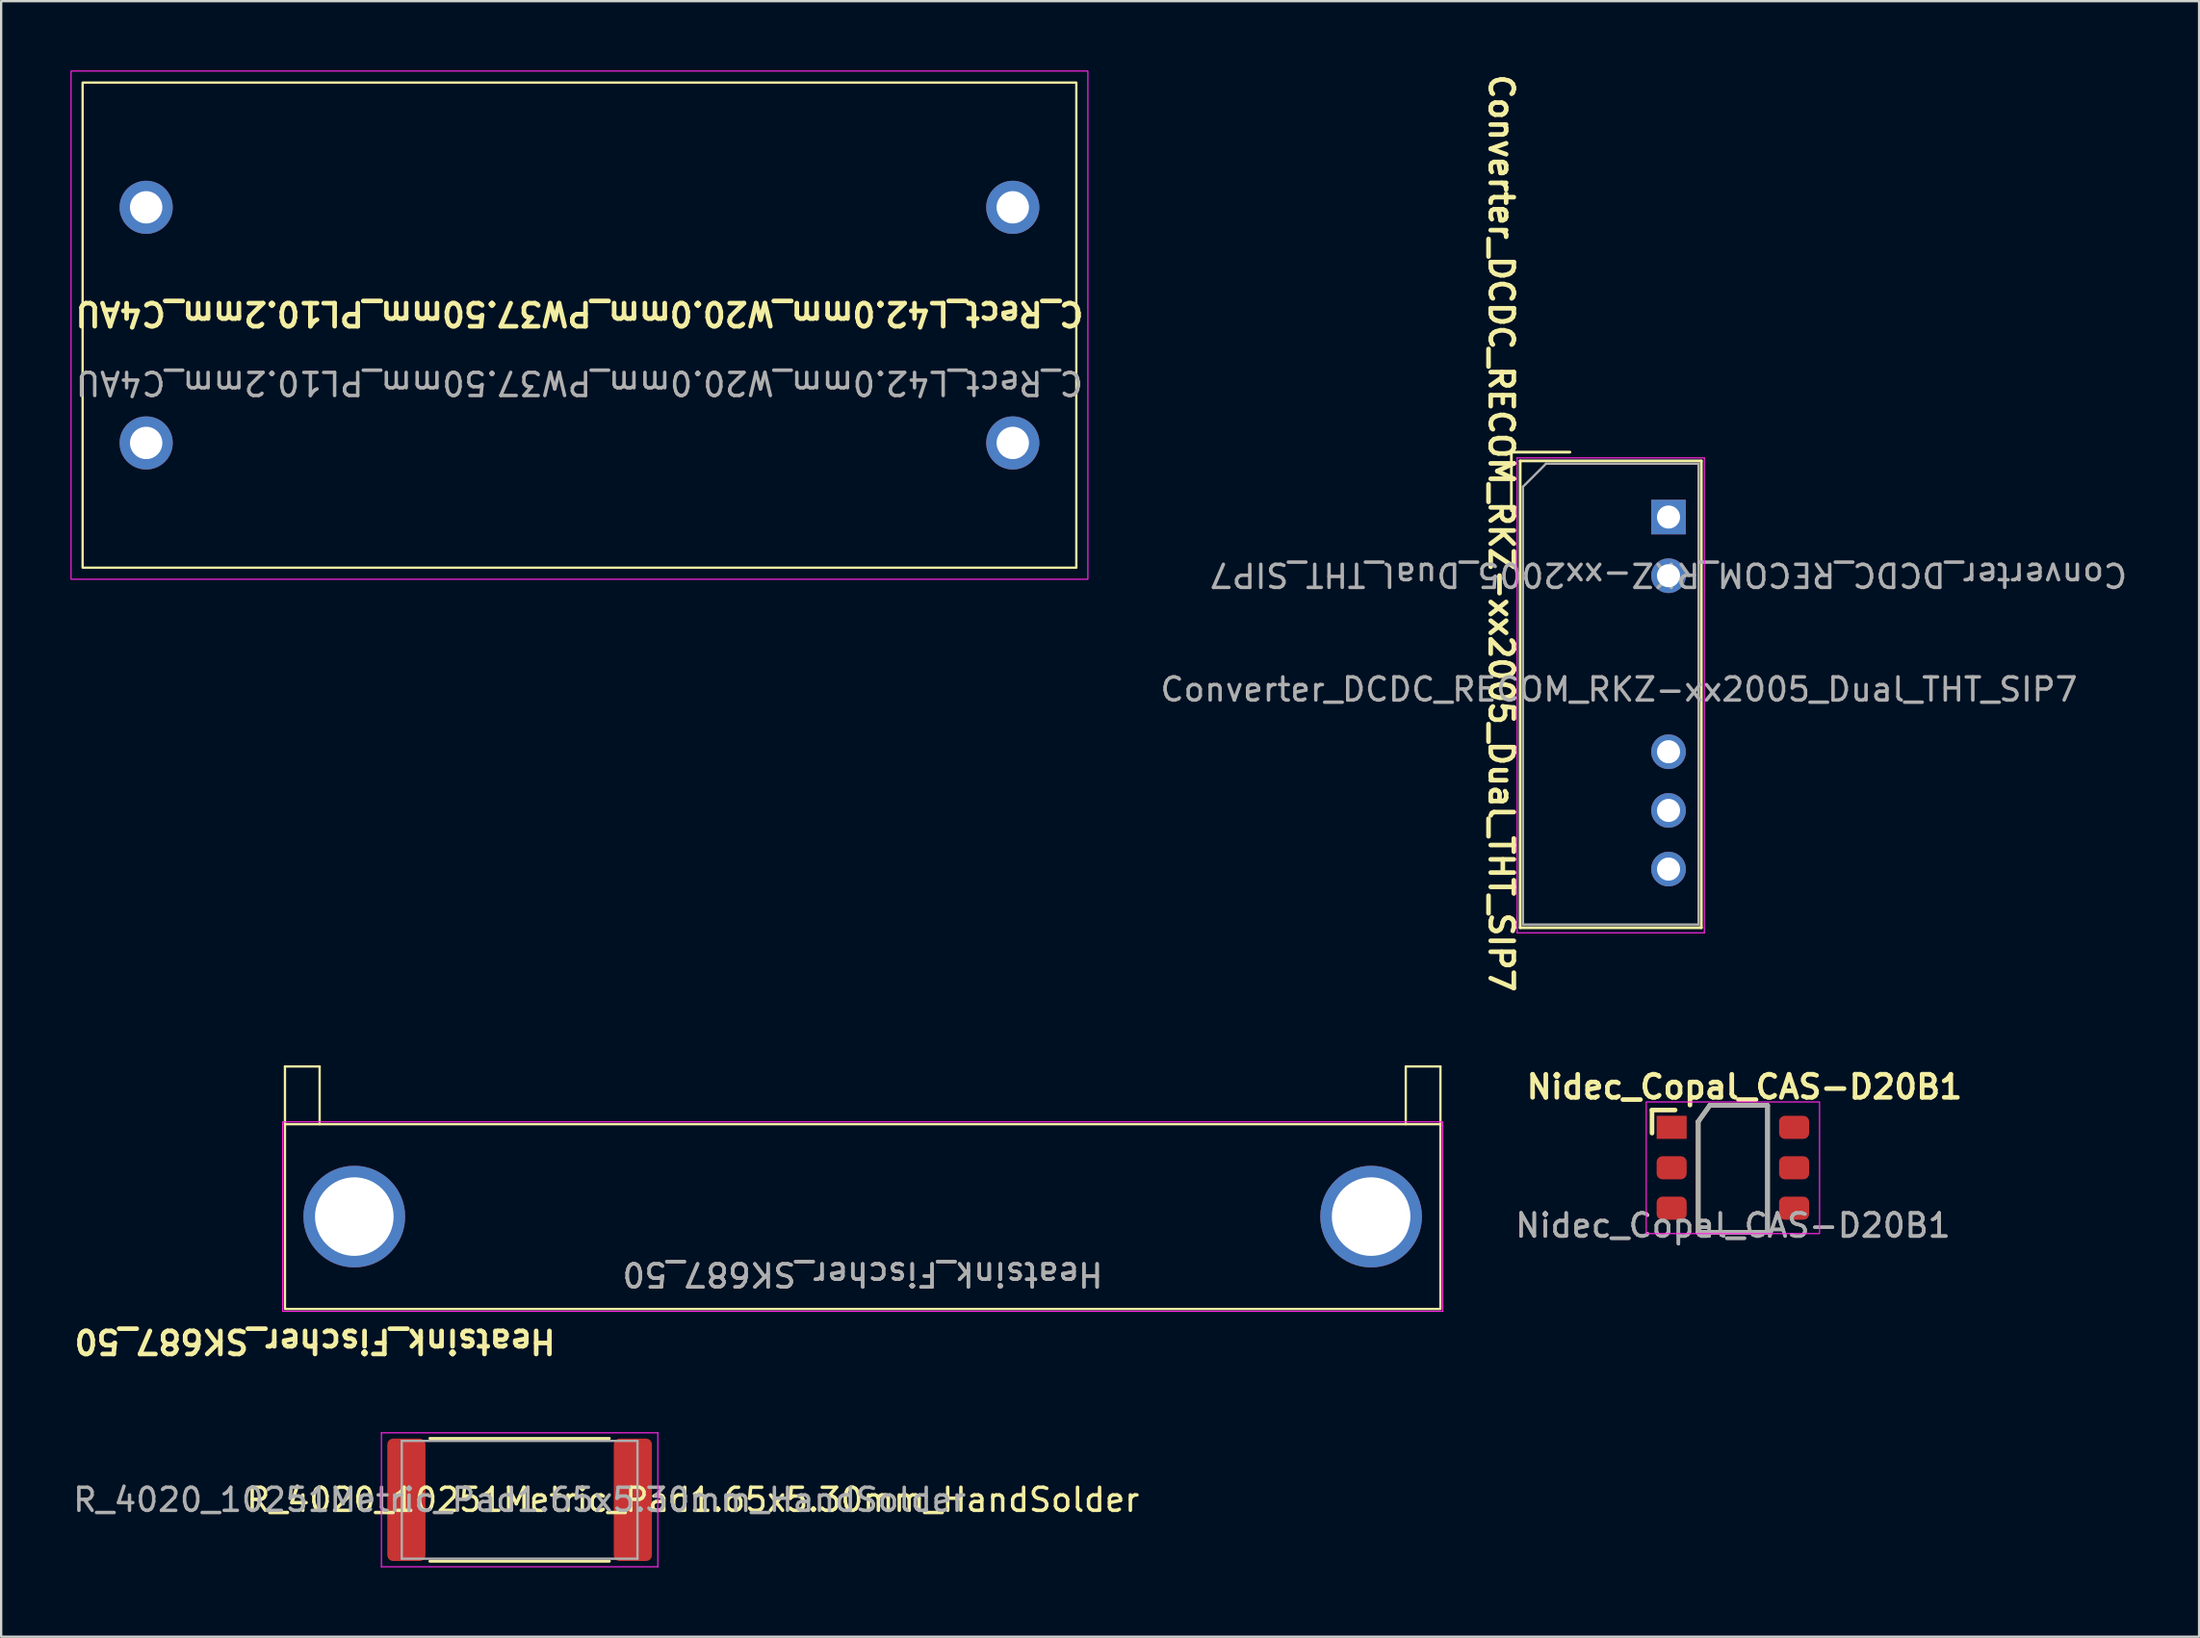
<source format=kicad_pcb>
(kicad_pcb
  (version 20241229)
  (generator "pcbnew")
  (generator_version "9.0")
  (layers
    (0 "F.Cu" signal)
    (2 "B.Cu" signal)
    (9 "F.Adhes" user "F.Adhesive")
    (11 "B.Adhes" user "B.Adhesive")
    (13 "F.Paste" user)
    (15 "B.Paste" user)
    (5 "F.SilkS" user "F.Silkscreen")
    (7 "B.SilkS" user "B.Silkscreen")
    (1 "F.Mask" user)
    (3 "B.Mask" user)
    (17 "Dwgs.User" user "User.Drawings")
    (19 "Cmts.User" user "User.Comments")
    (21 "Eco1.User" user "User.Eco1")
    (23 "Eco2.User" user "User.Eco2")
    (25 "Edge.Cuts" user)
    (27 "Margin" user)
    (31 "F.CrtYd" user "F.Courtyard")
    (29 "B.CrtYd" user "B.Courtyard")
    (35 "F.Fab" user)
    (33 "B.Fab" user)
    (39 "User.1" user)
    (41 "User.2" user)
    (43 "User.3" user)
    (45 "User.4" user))
  (footprint "C_Rect_L42.0mm_W20.0mm_PW37.50mm_PL10.2mm_C4AU"
    (layer "F.Cu")
    (at 22.025 11.025)
    (property "Reference" "C_Rect_L42.0mm_W20.0mm_PW37.50mm_PL10.2mm_C4AU" (at 0 -0.5 180) (unlocked yes) (layer "F.SilkS") (effects (font (size 1 1) (thickness 0.2))))
    (attr through_hole)
    (fp_rect (start -21.5 -10.5) (end 21.5 10.5) (stroke (width 0.1) (type default)) (fill no) (layer "F.SilkS"))
    (fp_rect (start -22 -11) (end 22 11) (stroke (width 0.05) (type default)) (fill no) (layer "F.CrtYd"))
    (fp_text user "${REFERENCE}" (at 0 2.5 180) (unlocked yes) (layer "F.Fab") (effects (font (size 1 1) (thickness 0.15))))
    (pad "1" thru_hole circle (at -18.75 -5.1 180) (size 2.3 2.3) (drill 1.4) (layers "*.Cu" "*.Mask"))
    (pad "1" thru_hole circle (at -18.75 5.1 180) (size 2.3 2.3) (drill 1.4) (layers "*.Cu" "*.Mask"))
    (pad "2" thru_hole circle (at 18.75 -5.1 180) (size 2.3 2.3) (drill 1.4) (layers "*.Cu" "*.Mask"))
    (pad "2" thru_hole circle (at 18.75 5.1 180) (size 2.3 2.3) (drill 1.4) (layers "*.Cu" "*.Mask")))
  (footprint "Nidec_Copal_CAS-D20B1"
    (layer "F.Cu")
    (at 71.936 47.503)
    (property "Reference" "Nidec_Copal_CAS-D20B1" (at 0.5 -3.5 0) (unlocked yes) (layer "F.SilkS") (effects (font (size 1 1) (thickness 0.2))))
    (attr smd)
    (fp_line (start -3.5 -2.5) (end -3.5 -1.5) (stroke (width 0.2) (type default)) (layer "F.SilkS"))
    (fp_line (start -3.5 -2.5) (end -2.5 -2.5) (stroke (width 0.2) (type default)) (layer "F.SilkS"))
    (fp_line (start -1.5 2.8) (end -1.5 -2) (stroke (width 0.2) (type default)) (layer "F.SilkS"))
    (fp_line (start -1 -2.7) (end -1.5 -2) (stroke (width 0.2) (type default)) (layer "F.SilkS"))
    (fp_line (start -1 -2.7) (end 1.5 -2.7) (stroke (width 0.2) (type default)) (layer "F.SilkS"))
    (fp_line (start 1.5 -2.7) (end 1.5 2.8) (stroke (width 0.2) (type default)) (layer "F.SilkS"))
    (fp_line (start 1.5 2.8) (end -1.5 2.8) (stroke (width 0.2) (type default)) (layer "F.SilkS"))
    (fp_rect (start -3.75 -2.85) (end 3.75 2.85) (stroke (width 0.05) (type default)) (fill no) (layer "F.CrtYd"))
    (fp_line (start -1.5 2.8) (end -1.5 -2) (stroke (width 0.2) (type default)) (layer "F.Fab"))
    (fp_line (start -1 -2.7) (end -1.5 -2) (stroke (width 0.2) (type default)) (layer "F.Fab"))
    (fp_line (start -1 -2.7) (end 1.5 -2.7) (stroke (width 0.2) (type default)) (layer "F.Fab"))
    (fp_line (start 1.5 -2.7) (end 1.5 2.8) (stroke (width 0.2) (type default)) (layer "F.Fab"))
    (fp_line (start 1.5 2.8) (end -1.5 2.8) (stroke (width 0.2) (type default)) (layer "F.Fab"))
    (fp_text user "${REFERENCE}" (at 0 2.5 0) (unlocked yes) (layer "F.Fab") (effects (font (size 1 1) (thickness 0.15))))
    (fp_text user "${REFERENCE}" (at 0 2.5 0) (unlocked yes) (layer "F.Fab") (effects (font (size 1 1) (thickness 0.15))))
    (pad "1" smd rect (at -2.65 -1.75 270) (size 1 1.3) (layers "F.Cu" "F.Mask" "F.Paste"))
    (pad "2" smd roundrect (at -2.65 0 270) (size 1 1.3) (layers "F.Cu" "F.Mask" "F.Paste") (roundrect_rratio 0.25))
    (pad "3" smd roundrect (at -2.65 1.75 270) (size 1 1.3) (layers "F.Cu" "F.Mask" "F.Paste") (roundrect_rratio 0.25))
    (pad "4" smd roundrect (at 2.65 -1.75 270) (size 1 1.3) (layers "F.Cu" "F.Mask" "F.Paste") (roundrect_rratio 0.25))
    (pad "5" smd roundrect (at 2.65 0 270) (size 1 1.3) (layers "F.Cu" "F.Mask" "F.Paste") (roundrect_rratio 0.25))
    (pad "6" smd roundrect (at 2.65 1.75 270) (size 1 1.3) (layers "F.Cu" "F.Mask" "F.Paste") (roundrect_rratio 0.25)))
  (footprint "Heatsink_Fischer_SK687_50"
    (layer "F.Cu")
    (at 34.281 49.617)
    (property "Reference" "Heatsink_Fischer_SK687_50" (at -23.7 5.4 180) (unlocked yes) (layer "F.SilkS") (effects (font (size 1 1) (thickness 0.2))))
    (attr through_hole)
    (fp_line (start -25 -6.5) (end -23.5 -6.5) (stroke (width 0.1) (type default)) (layer "F.SilkS"))
    (fp_line (start -25 -4) (end -25 -6.5) (stroke (width 0.1) (type default)) (layer "F.SilkS"))
    (fp_line (start -23.5 -6.5) (end -23.5 -4) (stroke (width 0.1) (type default)) (layer "F.SilkS"))
    (fp_line (start 23.5 -6.5) (end 25 -6.5) (stroke (width 0.1) (type default)) (layer "F.SilkS"))
    (fp_line (start 23.5 -4) (end 23.5 -6.5) (stroke (width 0.1) (type default)) (layer "F.SilkS"))
    (fp_line (start 25 -6.5) (end 25 -4) (stroke (width 0.1) (type default)) (layer "F.SilkS"))
    (fp_rect (start -25 -4) (end 25 4) (stroke (width 0.1) (type default)) (fill no) (layer "F.SilkS"))
    (fp_rect (start -25.1 -4.1) (end 25.1 4.1) (stroke (width 0.05) (type default)) (fill no) (layer "F.CrtYd"))
    (fp_text user "${REFERENCE}" (at 0 2.5 180) (unlocked yes) (layer "F.Fab") (effects (font (size 1 1) (thickness 0.15))))
    (fp_text user "${REFERENCE}" (at 0 2.5 180) (unlocked yes) (layer "F.Fab") (effects (font (size 1 1) (thickness 0.15))))
    (pad "1" thru_hole circle (at -22 0 180) (size 4.4 4.4) (drill 3.4) (layers "*.Cu" "*.Mask"))
    (pad "2" thru_hole circle (at 22 0 180) (size 4.4 4.4) (drill 3.4) (layers "*.Cu" "*.Mask")))
  (footprint "Converter_DCDC_RECOM_RKZ-xx2005_Dual_THT_SIP7"
    (layer "F.Cu")
    (at 69.151 19.333)
    (property "Reference" "Converter_DCDC_RECOM_RKZ-xx2005_Dual_THT_SIP7" (at -7.242 0.7 270) (unlocked yes) (layer "F.SilkS") (effects (font (size 1 1) (thickness 0.2))))
    (attr through_hole)
    (fp_line (start -6.8 -2.81) (end -4.267 -2.81) (stroke (width 0.12) (type solid)) (layer "F.SilkS"))
    (fp_line (start -6.8 -0.277) (end -6.8 -2.81) (stroke (width 0.12) (type solid)) (layer "F.SilkS"))
    (fp_line (start -6.42 -2.43) (end -6.42 17.78) (stroke (width 0.12) (type solid)) (layer "F.SilkS"))
    (fp_line (start -6.42 -2.43) (end 1.42 -2.43) (stroke (width 0.12) (type solid)) (layer "F.SilkS"))
    (fp_line (start -6.42 17.78) (end 1.42 17.78) (stroke (width 0.12) (type solid)) (layer "F.SilkS"))
    (fp_line (start 1.42 -2.43) (end 1.42 17.78) (stroke (width 0.12) (type solid)) (layer "F.SilkS"))
    (fp_line (start -6.55 -2.56) (end -6.55 18) (stroke (width 0.05) (type solid)) (layer "F.CrtYd"))
    (fp_line (start -6.55 -2.56) (end 1.55 -2.56) (stroke (width 0.05) (type solid)) (layer "F.CrtYd"))
    (fp_line (start -6.55 18) (end 1.55 18) (stroke (width 0.05) (type solid)) (layer "F.CrtYd"))
    (fp_line (start 1.55 -2.56) (end 1.55 18) (stroke (width 0.05) (type solid)) (layer "F.CrtYd"))
    (fp_line (start -6.3 -1.31) (end -5.3 -2.31) (stroke (width 0.1) (type solid)) (layer "F.Fab"))
    (fp_line (start -6.3 17.64) (end -6.3 -1.31) (stroke (width 0.1) (type solid)) (layer "F.Fab"))
    (fp_line (start -5.3 -2.31) (end 1.3 -2.31) (stroke (width 0.1) (type solid)) (layer "F.Fab"))
    (fp_line (start 1.3 -2.31) (end 1.3 17.64) (stroke (width 0.1) (type solid)) (layer "F.Fab"))
    (fp_line (start 1.3 17.64) (end -6.3 17.64) (stroke (width 0.1) (type solid)) (layer "F.Fab"))
    (fp_text user "${REFERENCE}" (at 0 2.5 180) (unlocked yes) (layer "F.Fab") (effects (font (size 1 1) (thickness 0.15))))
    (fp_text user "${REFERENCE}" (at -2.143 7.465 0) (layer "F.Fab") (effects (font (size 1 1) (thickness 0.15))))
    (pad "1" thru_hole rect (at 0 0 180) (size 1.5 1.5) (drill 1) (layers "*.Cu" "*.Mask"))
    (pad "2" thru_hole circle (at 0 2.54 180) (size 1.5 1.5) (drill 1) (layers "*.Cu" "*.Mask"))
    (pad "5" thru_hole circle (at 0 10.16 180) (size 1.5 1.5) (drill 1) (layers "*.Cu" "*.Mask"))
    (pad "6" thru_hole circle (at 0 12.7 180) (size 1.5 1.5) (drill 1) (layers "*.Cu" "*.Mask"))
    (pad "7" thru_hole circle (at 0 15.24 180) (size 1.5 1.5) (drill 1) (layers "*.Cu" "*.Mask")))
  (footprint "R_4020_10251Metric_Pad1.65x5.30mm_HandSolder"
    (layer "F.Cu")
    (at 19.435 61.878)
    (property "Reference" "R_4020_10251Metric_Pad1.65x5.30mm_HandSolder" (at 7.5 0 0) (layer "F.SilkS") (effects (font (size 1 1) (thickness 0.15))))
    (attr smd)
    (fp_line (start -3.886 -2.66) (end 3.886 -2.66) (stroke (width 0.12) (type solid)) (layer "F.SilkS"))
    (fp_line (start -3.886 2.66) (end 3.886 2.66) (stroke (width 0.12) (type solid)) (layer "F.SilkS"))
    (fp_line (start -5.98 -2.9) (end 5.98 -2.9) (stroke (width 0.05) (type solid)) (layer "F.CrtYd"))
    (fp_line (start -5.98 2.9) (end -5.98 -2.9) (stroke (width 0.05) (type solid)) (layer "F.CrtYd"))
    (fp_line (start 5.98 -2.9) (end 5.98 2.9) (stroke (width 0.05) (type solid)) (layer "F.CrtYd"))
    (fp_line (start 5.98 2.9) (end -5.98 2.9) (stroke (width 0.05) (type solid)) (layer "F.CrtYd"))
    (fp_line (start -5.1 -2.55) (end 5.1 -2.55) (stroke (width 0.1) (type solid)) (layer "F.Fab"))
    (fp_line (start -5.1 2.55) (end -5.1 -2.55) (stroke (width 0.1) (type solid)) (layer "F.Fab"))
    (fp_line (start 5.1 -2.55) (end 5.1 2.55) (stroke (width 0.1) (type solid)) (layer "F.Fab"))
    (fp_line (start 5.1 2.55) (end -5.1 2.55) (stroke (width 0.1) (type solid)) (layer "F.Fab"))
    (fp_text user "${REFERENCE}" (at 0 0 0) (layer "F.Fab") (effects (font (size 1 1) (thickness 0.15))))
    (pad "1" smd roundrect (at -4.9 0 180) (size 1.65 5.3) (layers "F.Cu" "F.Mask" "F.Paste") (roundrect_rratio 0.152))
    (pad "2" smd roundrect (at 4.9 0 180) (size 1.65 5.3) (layers "F.Cu" "F.Mask" "F.Paste") (roundrect_rratio 0.152)))
  (gr_rect
    (start -3 -3)
    (end 92.109 67.803)
    (stroke (width 0.1) (type default))
    (fill no)
    (layer "Edge.Cuts")))
</source>
